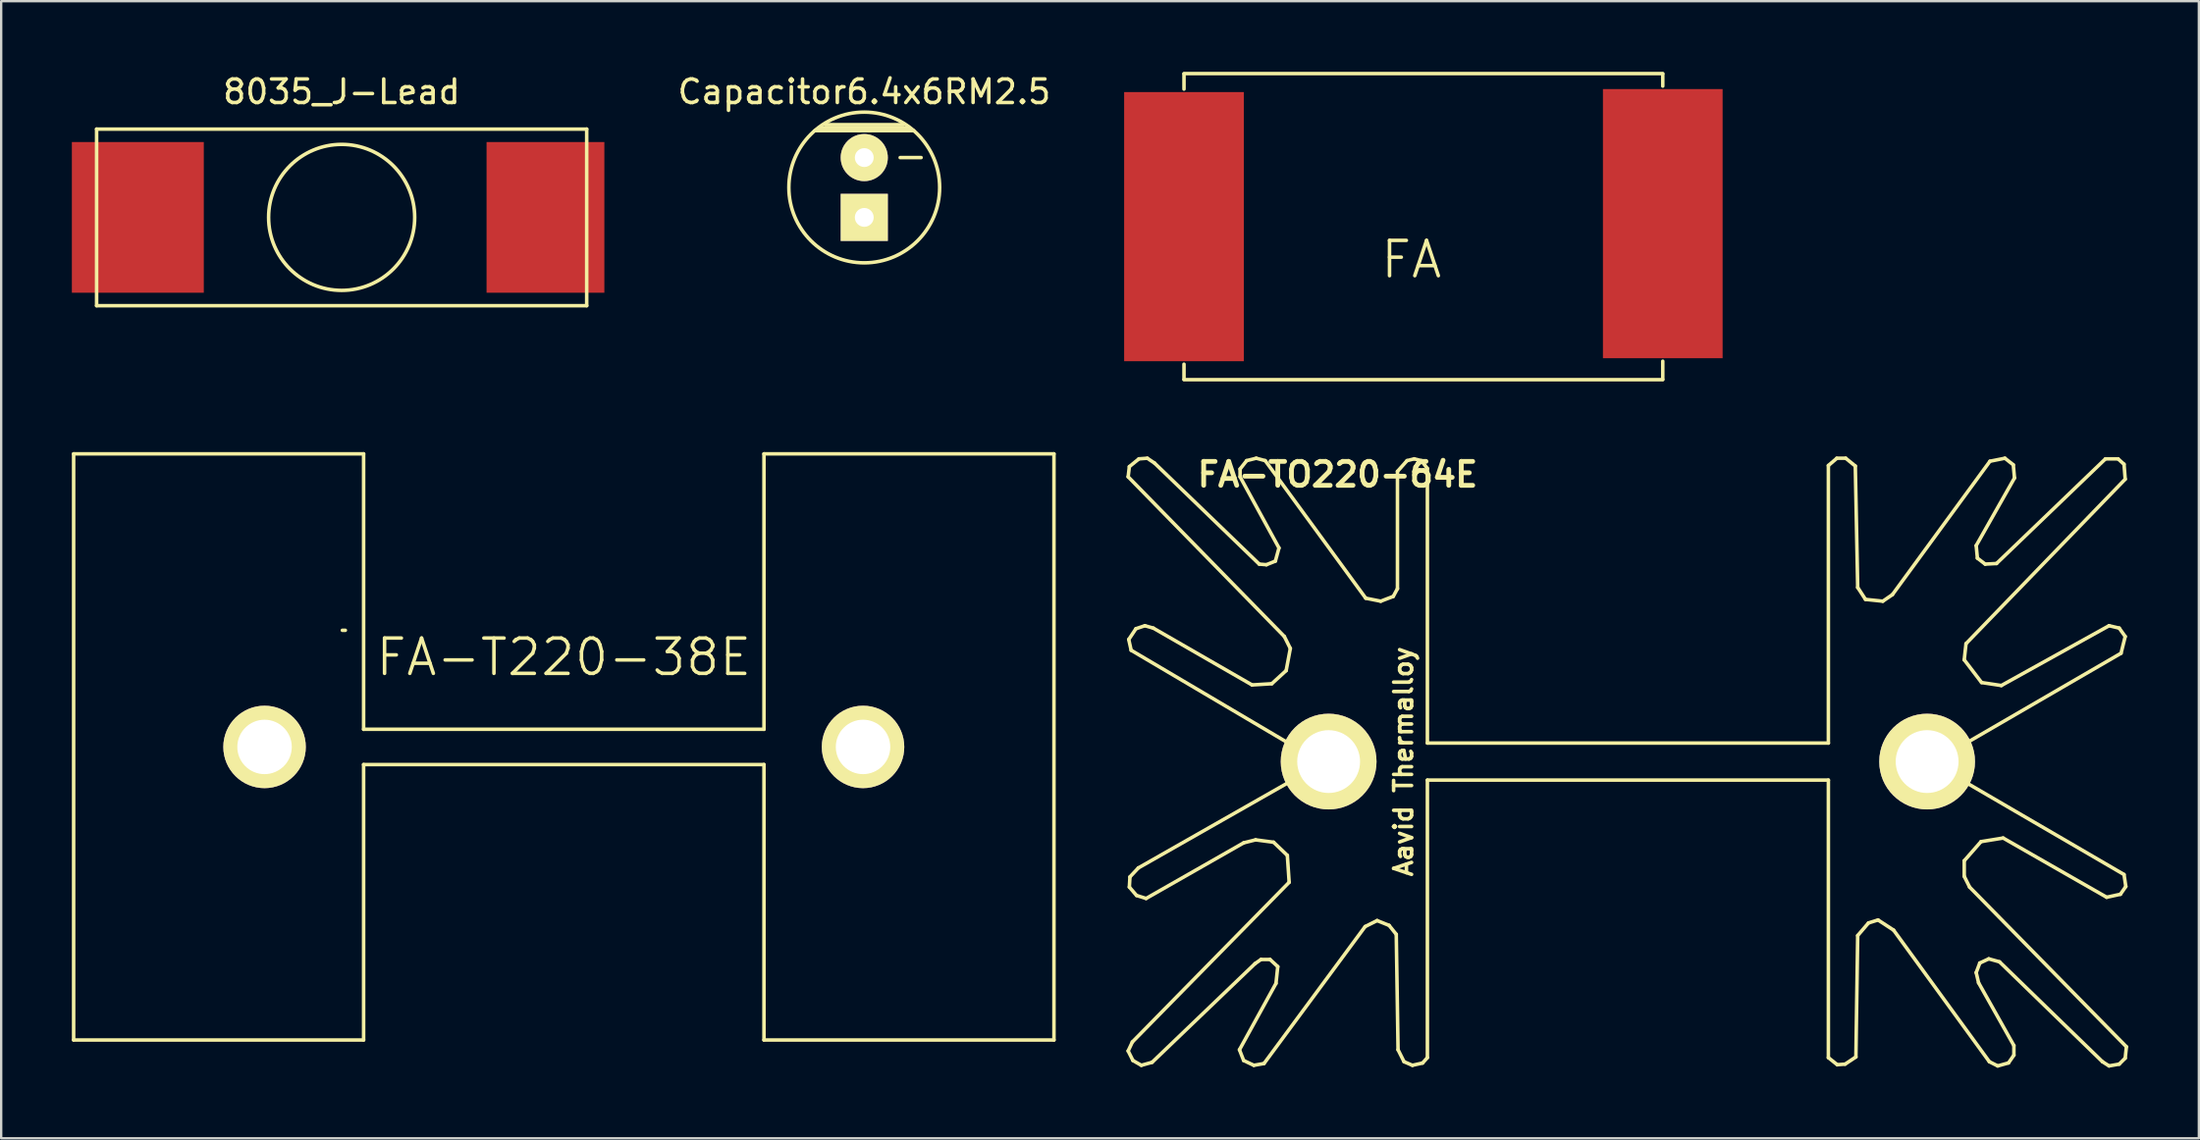
<source format=kicad_pcb>
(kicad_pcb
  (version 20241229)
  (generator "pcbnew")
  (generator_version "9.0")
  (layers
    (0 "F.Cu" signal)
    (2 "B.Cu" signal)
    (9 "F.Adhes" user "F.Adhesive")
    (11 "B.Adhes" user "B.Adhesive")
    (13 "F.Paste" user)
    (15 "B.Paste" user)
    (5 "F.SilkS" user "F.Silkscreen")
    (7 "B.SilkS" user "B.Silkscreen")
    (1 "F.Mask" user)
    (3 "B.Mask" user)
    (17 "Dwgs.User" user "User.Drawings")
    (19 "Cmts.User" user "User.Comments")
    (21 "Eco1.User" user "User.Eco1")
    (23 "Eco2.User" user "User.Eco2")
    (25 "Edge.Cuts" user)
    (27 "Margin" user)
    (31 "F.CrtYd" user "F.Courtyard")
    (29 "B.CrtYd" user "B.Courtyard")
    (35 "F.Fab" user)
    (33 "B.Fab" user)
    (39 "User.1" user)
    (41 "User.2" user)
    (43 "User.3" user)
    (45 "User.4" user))
  (footprint "8035_J-Lead"
    (layer "F.Cu")
    (at 11.45 6.182)
    (property "Reference" "8035_J-Lead" (at 0 -5.334 0) (layer "F.SilkS") (effects (font (size 1 1) (thickness 0.15))))
    (attr through_hole)
    (fp_line (start -10.4 -3.75) (end 10.4 -3.75) (stroke (width 0.15) (type solid)) (layer "F.SilkS"))
    (fp_line (start -10.4 3.75) (end -10.4 -3.75) (stroke (width 0.15) (type solid)) (layer "F.SilkS"))
    (fp_line (start 10.4 -3.75) (end 10.4 3.75) (stroke (width 0.15) (type solid)) (layer "F.SilkS"))
    (fp_line (start 10.4 3.75) (end -10.4 3.75) (stroke (width 0.15) (type solid)) (layer "F.SilkS"))
    (fp_circle (center 0 0) (end 3.1 0) (stroke (width 0.15) (type solid)) (fill no) (layer "F.SilkS"))
    (pad "1" smd rect (at -8.65 0) (size 5.6 6.4) (layers "F.Cu" "F.Mask" "F.Paste"))
    (pad "2" smd rect (at 8.65 0) (size 5 6.4) (layers "F.Cu" "F.Mask" "F.Paste")))
  (footprint "FA"
    (layer "F.Cu")
    (at 47.2 6.575)
    (property "Reference" "FA" (at 9.652 1.397 0) (layer "F.SilkS") (effects (font (size 1.5 1.5) (thickness 0.15))))
    (attr through_hole)
    (fp_line (start 0 -6.5) (end 20.32 -6.5) (stroke (width 0.15) (type solid)) (layer "F.SilkS"))
    (fp_line (start 0 -6.477) (end 0 -5.842) (stroke (width 0.15) (type solid)) (layer "F.SilkS"))
    (fp_line (start 0 6.477) (end 0 5.842) (stroke (width 0.15) (type solid)) (layer "F.SilkS"))
    (fp_line (start 20.32 -6.477) (end 20.32 -5.969) (stroke (width 0.15) (type solid)) (layer "F.SilkS"))
    (fp_line (start 20.32 6.477) (end 20.32 5.715) (stroke (width 0.15) (type solid)) (layer "F.SilkS"))
    (fp_line (start 20.32 6.5) (end 0 6.5) (stroke (width 0.15) (type solid)) (layer "F.SilkS"))
    (pad "1" smd rect (at 0 0) (size 5.08 11.43) (layers "F.Cu" "F.Mask" "F.Paste"))
    (pad "2" smd rect (at 20.32 -0.127) (size 5.08 11.43) (layers "F.Cu" "F.Mask" "F.Paste")))
  (footprint "FA-TO220-64E"
    (layer "F.Cu")
    (at 66.039 29.293)
    (property "Reference" "FA-TO220-64E" (at -12.319 -12.192 0) (layer "F.SilkS") (effects (font (size 1.016 1.016) (thickness 0.203))))
    (attr through_hole)
    (fp_line (start -21.209 -12.094) (end -21.158 -12.526) (stroke (width 0.15) (type solid)) (layer "F.SilkS"))
    (fp_line (start -21.209 12.29) (end -21.031 11.909) (stroke (width 0.15) (type solid)) (layer "F.SilkS"))
    (fp_line (start -21.184 -5.185) (end -20.879 -5.643) (stroke (width 0.15) (type solid)) (layer "F.SilkS"))
    (fp_line (start -21.158 -12.526) (end -20.752 -12.856) (stroke (width 0.15) (type solid)) (layer "F.SilkS"))
    (fp_line (start -21.158 5.33) (end -21.133 4.898) (stroke (width 0.15) (type solid)) (layer "F.SilkS"))
    (fp_line (start -21.133 4.898) (end -20.777 4.517) (stroke (width 0.15) (type solid)) (layer "F.SilkS"))
    (fp_line (start -21.082 -4.728) (end -21.184 -5.185) (stroke (width 0.15) (type solid)) (layer "F.SilkS"))
    (fp_line (start -21.031 11.909) (end -14.376 5.127) (stroke (width 0.15) (type solid)) (layer "F.SilkS"))
    (fp_line (start -21.006 12.696) (end -21.209 12.29) (stroke (width 0.15) (type solid)) (layer "F.SilkS"))
    (fp_line (start -20.879 -5.643) (end -20.498 -5.77) (stroke (width 0.15) (type solid)) (layer "F.SilkS"))
    (fp_line (start -20.853 5.686) (end -21.158 5.33) (stroke (width 0.15) (type solid)) (layer "F.SilkS"))
    (fp_line (start -20.777 4.517) (end -13.818 0.555) (stroke (width 0.15) (type solid)) (layer "F.SilkS"))
    (fp_line (start -20.752 -12.856) (end -20.396 -12.882) (stroke (width 0.15) (type solid)) (layer "F.SilkS"))
    (fp_line (start -20.65 12.899) (end -21.006 12.696) (stroke (width 0.15) (type solid)) (layer "F.SilkS"))
    (fp_line (start -20.498 -5.77) (end -20.142 -5.668) (stroke (width 0.15) (type solid)) (layer "F.SilkS"))
    (fp_line (start -20.447 5.813) (end -20.853 5.686) (stroke (width 0.15) (type solid)) (layer "F.SilkS"))
    (fp_line (start -20.396 -12.882) (end -20.091 -12.678) (stroke (width 0.15) (type solid)) (layer "F.SilkS"))
    (fp_line (start -20.193 12.772) (end -20.65 12.899) (stroke (width 0.15) (type solid)) (layer "F.SilkS"))
    (fp_line (start -20.142 -5.668) (end -15.951 -3.255) (stroke (width 0.15) (type solid)) (layer "F.SilkS"))
    (fp_line (start -20.091 -12.678) (end -15.646 -8.386) (stroke (width 0.15) (type solid)) (layer "F.SilkS"))
    (fp_line (start -16.485 12.239) (end -14.935 9.42) (stroke (width 0.15) (type solid)) (layer "F.SilkS"))
    (fp_line (start -16.459 -12.424) (end -16.18 -12.78) (stroke (width 0.15) (type solid)) (layer "F.SilkS"))
    (fp_line (start -16.459 -12.094) (end -16.459 -12.424) (stroke (width 0.15) (type solid)) (layer "F.SilkS"))
    (fp_line (start -16.307 3.451) (end -20.447 5.813) (stroke (width 0.15) (type solid)) (layer "F.SilkS"))
    (fp_line (start -16.307 12.696) (end -16.485 12.239) (stroke (width 0.15) (type solid)) (layer "F.SilkS"))
    (fp_line (start -16.18 -12.78) (end -15.773 -12.882) (stroke (width 0.15) (type solid)) (layer "F.SilkS"))
    (fp_line (start -15.951 -3.255) (end -15.113 -3.306) (stroke (width 0.15) (type solid)) (layer "F.SilkS"))
    (fp_line (start -15.875 12.899) (end -16.307 12.696) (stroke (width 0.15) (type solid)) (layer "F.SilkS"))
    (fp_line (start -15.824 8.581) (end -20.193 12.772) (stroke (width 0.15) (type solid)) (layer "F.SilkS"))
    (fp_line (start -15.799 3.324) (end -16.307 3.451) (stroke (width 0.15) (type solid)) (layer "F.SilkS"))
    (fp_line (start -15.773 -12.882) (end -15.392 -12.78) (stroke (width 0.15) (type solid)) (layer "F.SilkS"))
    (fp_line (start -15.646 -8.386) (end -15.342 -8.36) (stroke (width 0.15) (type solid)) (layer "F.SilkS"))
    (fp_line (start -15.57 8.404) (end -15.824 8.581) (stroke (width 0.15) (type solid)) (layer "F.SilkS"))
    (fp_line (start -15.443 12.823) (end -15.875 12.899) (stroke (width 0.15) (type solid)) (layer "F.SilkS"))
    (fp_line (start -15.392 -12.78) (end -11.125 -6.938) (stroke (width 0.15) (type solid)) (layer "F.SilkS"))
    (fp_line (start -15.342 -8.36) (end -14.961 -8.513) (stroke (width 0.15) (type solid)) (layer "F.SilkS"))
    (fp_line (start -15.189 8.404) (end -15.57 8.404) (stroke (width 0.15) (type solid)) (layer "F.SilkS"))
    (fp_line (start -15.113 -3.306) (end -14.503 -3.865) (stroke (width 0.15) (type solid)) (layer "F.SilkS"))
    (fp_line (start -15.037 3.425) (end -15.799 3.324) (stroke (width 0.15) (type solid)) (layer "F.SilkS"))
    (fp_line (start -14.961 -8.513) (end -14.808 -9.072) (stroke (width 0.15) (type solid)) (layer "F.SilkS"))
    (fp_line (start -14.935 9.42) (end -14.859 8.708) (stroke (width 0.15) (type solid)) (layer "F.SilkS"))
    (fp_line (start -14.859 8.708) (end -15.189 8.404) (stroke (width 0.15) (type solid)) (layer "F.SilkS"))
    (fp_line (start -14.808 -9.072) (end -16.459 -12.094) (stroke (width 0.15) (type solid)) (layer "F.SilkS"))
    (fp_line (start -14.58 -5.312) (end -21.209 -12.094) (stroke (width 0.15) (type solid)) (layer "F.SilkS"))
    (fp_line (start -14.503 -3.865) (end -14.326 -4.804) (stroke (width 0.15) (type solid)) (layer "F.SilkS"))
    (fp_line (start -14.453 3.984) (end -15.037 3.425) (stroke (width 0.15) (type solid)) (layer "F.SilkS"))
    (fp_line (start -14.376 5.127) (end -14.453 3.984) (stroke (width 0.15) (type solid)) (layer "F.SilkS"))
    (fp_line (start -14.326 -4.804) (end -14.58 -5.312) (stroke (width 0.15) (type solid)) (layer "F.SilkS"))
    (fp_line (start -13.818 -0.436) (end -21.082 -4.728) (stroke (width 0.15) (type solid)) (layer "F.SilkS"))
    (fp_line (start -11.151 7.007) (end -15.443 12.823) (stroke (width 0.15) (type solid)) (layer "F.SilkS"))
    (fp_line (start -11.125 -6.938) (end -10.49 -6.811) (stroke (width 0.15) (type solid)) (layer "F.SilkS"))
    (fp_line (start -10.643 6.753) (end -11.151 7.007) (stroke (width 0.15) (type solid)) (layer "F.SilkS"))
    (fp_line (start -10.49 -6.811) (end -9.957 -7.014) (stroke (width 0.15) (type solid)) (layer "F.SilkS"))
    (fp_line (start -10.135 6.956) (end -10.643 6.753) (stroke (width 0.15) (type solid)) (layer "F.SilkS"))
    (fp_line (start -9.957 -7.014) (end -9.779 -7.344) (stroke (width 0.15) (type solid)) (layer "F.SilkS"))
    (fp_line (start -9.83 7.337) (end -10.135 6.956) (stroke (width 0.15) (type solid)) (layer "F.SilkS"))
    (fp_line (start -9.779 -12.323) (end -9.373 -12.78) (stroke (width 0.15) (type solid)) (layer "F.SilkS"))
    (fp_line (start -9.779 -7.344) (end -9.779 -12.323) (stroke (width 0.15) (type solid)) (layer "F.SilkS"))
    (fp_line (start -9.754 12.239) (end -9.83 7.337) (stroke (width 0.15) (type solid)) (layer "F.SilkS"))
    (fp_line (start -9.5 12.747) (end -9.754 12.239) (stroke (width 0.15) (type solid)) (layer "F.SilkS"))
    (fp_line (start -9.373 -12.78) (end -9.068 -12.856) (stroke (width 0.15) (type solid)) (layer "F.SilkS"))
    (fp_line (start -9.144 12.899) (end -9.5 12.747) (stroke (width 0.15) (type solid)) (layer "F.SilkS"))
    (fp_line (start -9.068 -12.856) (end -8.763 -12.78) (stroke (width 0.15) (type solid)) (layer "F.SilkS"))
    (fp_line (start -8.712 12.802) (end -9.144 12.899) (stroke (width 0.15) (type solid)) (layer "F.SilkS"))
    (fp_line (start -8.712 12.802) (end -8.509 12.573) (stroke (width 0.15) (type solid)) (layer "F.SilkS"))
    (fp_line (start -8.509 -12.446) (end -8.763 -12.776) (stroke (width 0.15) (type solid)) (layer "F.SilkS"))
    (fp_line (start -8.509 -0.787) (end -8.509 -12.446) (stroke (width 0.15) (type solid)) (layer "F.SilkS"))
    (fp_line (start -8.509 -0.787) (end 8.509 -0.787) (stroke (width 0.15) (type solid)) (layer "F.SilkS"))
    (fp_line (start -8.509 0.787) (end -8.509 12.573) (stroke (width 0.15) (type solid)) (layer "F.SilkS"))
    (fp_line (start -8.509 0.787) (end 8.509 0.787) (stroke (width 0.15) (type solid)) (layer "F.SilkS"))
    (fp_line (start 8.509 -0.787) (end 8.509 -12.573) (stroke (width 0.15) (type solid)) (layer "F.SilkS"))
    (fp_line (start 8.509 0.787) (end 8.509 12.573) (stroke (width 0.15) (type solid)) (layer "F.SilkS"))
    (fp_line (start 8.865 -12.882) (end 9.246 -12.882) (stroke (width 0.15) (type solid)) (layer "F.SilkS"))
    (fp_line (start 8.865 -12.878) (end 8.509 -12.573) (stroke (width 0.15) (type solid)) (layer "F.SilkS"))
    (fp_line (start 8.89 12.878) (end 8.509 12.573) (stroke (width 0.15) (type solid)) (layer "F.SilkS"))
    (fp_line (start 9.22 12.849) (end 8.89 12.874) (stroke (width 0.15) (type solid)) (layer "F.SilkS"))
    (fp_line (start 9.246 -12.882) (end 9.652 -12.551) (stroke (width 0.15) (type solid)) (layer "F.SilkS"))
    (fp_line (start 9.652 -12.551) (end 9.754 -7.395) (stroke (width 0.15) (type solid)) (layer "F.SilkS"))
    (fp_line (start 9.677 12.544) (end 9.22 12.849) (stroke (width 0.15) (type solid)) (layer "F.SilkS"))
    (fp_line (start 9.754 -7.395) (end 10.084 -6.887) (stroke (width 0.15) (type solid)) (layer "F.SilkS"))
    (fp_line (start 9.754 7.388) (end 9.677 12.544) (stroke (width 0.15) (type solid)) (layer "F.SilkS"))
    (fp_line (start 10.084 -6.887) (end 10.82 -6.811) (stroke (width 0.15) (type solid)) (layer "F.SilkS"))
    (fp_line (start 10.211 6.854) (end 9.754 7.388) (stroke (width 0.15) (type solid)) (layer "F.SilkS"))
    (fp_line (start 10.617 6.727) (end 10.211 6.854) (stroke (width 0.15) (type solid)) (layer "F.SilkS"))
    (fp_line (start 10.82 -6.811) (end 11.227 -7.09) (stroke (width 0.15) (type solid)) (layer "F.SilkS"))
    (fp_line (start 11.227 -7.09) (end 15.367 -12.755) (stroke (width 0.15) (type solid)) (layer "F.SilkS"))
    (fp_line (start 11.278 7.159) (end 10.617 6.727) (stroke (width 0.15) (type solid)) (layer "F.SilkS"))
    (fp_line (start 13.818 0.58) (end 21.057 4.797) (stroke (width 0.15) (type solid)) (layer "F.SilkS"))
    (fp_line (start 14.275 -4.322) (end 15.011 -3.357) (stroke (width 0.15) (type solid)) (layer "F.SilkS"))
    (fp_line (start 14.275 4.213) (end 14.275 4.873) (stroke (width 0.15) (type solid)) (layer "F.SilkS"))
    (fp_line (start 14.275 4.873) (end 14.503 5.33) (stroke (width 0.15) (type solid)) (layer "F.SilkS"))
    (fp_line (start 14.351 -5.008) (end 14.275 -4.322) (stroke (width 0.15) (type solid)) (layer "F.SilkS"))
    (fp_line (start 14.503 5.33) (end 21.158 12.112) (stroke (width 0.15) (type solid)) (layer "F.SilkS"))
    (fp_line (start 14.783 -9.173) (end 14.834 -8.64) (stroke (width 0.15) (type solid)) (layer "F.SilkS"))
    (fp_line (start 14.783 8.962) (end 14.884 9.394) (stroke (width 0.15) (type solid)) (layer "F.SilkS"))
    (fp_line (start 14.834 -8.64) (end 15.164 -8.386) (stroke (width 0.15) (type solid)) (layer "F.SilkS"))
    (fp_line (start 14.884 9.394) (end 16.383 12.061) (stroke (width 0.15) (type solid)) (layer "F.SilkS"))
    (fp_line (start 14.935 8.556) (end 14.783 8.962) (stroke (width 0.15) (type solid)) (layer "F.SilkS"))
    (fp_line (start 14.986 3.4) (end 14.275 4.213) (stroke (width 0.15) (type solid)) (layer "F.SilkS"))
    (fp_line (start 15.011 -3.357) (end 15.85 -3.23) (stroke (width 0.15) (type solid)) (layer "F.SilkS"))
    (fp_line (start 15.164 -8.386) (end 15.646 -8.411) (stroke (width 0.15) (type solid)) (layer "F.SilkS"))
    (fp_line (start 15.316 8.378) (end 14.935 8.556) (stroke (width 0.15) (type solid)) (layer "F.SilkS"))
    (fp_line (start 15.342 12.747) (end 11.278 7.159) (stroke (width 0.15) (type solid)) (layer "F.SilkS"))
    (fp_line (start 15.367 -12.755) (end 16.002 -12.882) (stroke (width 0.15) (type solid)) (layer "F.SilkS"))
    (fp_line (start 15.646 -8.411) (end 20.269 -12.856) (stroke (width 0.15) (type solid)) (layer "F.SilkS"))
    (fp_line (start 15.697 12.925) (end 15.342 12.747) (stroke (width 0.15) (type solid)) (layer "F.SilkS"))
    (fp_line (start 15.773 8.505) (end 15.316 8.378) (stroke (width 0.15) (type solid)) (layer "F.SilkS"))
    (fp_line (start 15.85 -3.23) (end 20.422 -5.77) (stroke (width 0.15) (type solid)) (layer "F.SilkS"))
    (fp_line (start 15.926 3.247) (end 14.986 3.4) (stroke (width 0.15) (type solid)) (layer "F.SilkS"))
    (fp_line (start 16.002 -12.882) (end 16.358 -12.602) (stroke (width 0.15) (type solid)) (layer "F.SilkS"))
    (fp_line (start 16.154 12.798) (end 15.697 12.925) (stroke (width 0.15) (type solid)) (layer "F.SilkS"))
    (fp_line (start 16.358 -12.602) (end 16.408 -12.043) (stroke (width 0.15) (type solid)) (layer "F.SilkS"))
    (fp_line (start 16.383 12.061) (end 16.383 12.468) (stroke (width 0.15) (type solid)) (layer "F.SilkS"))
    (fp_line (start 16.383 12.468) (end 16.154 12.798) (stroke (width 0.15) (type solid)) (layer "F.SilkS"))
    (fp_line (start 16.408 -12.043) (end 14.783 -9.173) (stroke (width 0.15) (type solid)) (layer "F.SilkS"))
    (fp_line (start 20.142 12.747) (end 15.773 8.505) (stroke (width 0.15) (type solid)) (layer "F.SilkS"))
    (fp_line (start 20.269 -12.856) (end 20.803 -12.856) (stroke (width 0.15) (type solid)) (layer "F.SilkS"))
    (fp_line (start 20.32 5.762) (end 15.926 3.247) (stroke (width 0.15) (type solid)) (layer "F.SilkS"))
    (fp_line (start 20.422 -5.77) (end 20.853 -5.668) (stroke (width 0.15) (type solid)) (layer "F.SilkS"))
    (fp_line (start 20.422 12.925) (end 20.142 12.747) (stroke (width 0.15) (type solid)) (layer "F.SilkS"))
    (fp_line (start 20.803 -12.856) (end 21.057 -12.628) (stroke (width 0.15) (type solid)) (layer "F.SilkS"))
    (fp_line (start 20.853 -5.668) (end 21.107 -5.312) (stroke (width 0.15) (type solid)) (layer "F.SilkS"))
    (fp_line (start 20.853 12.849) (end 20.422 12.925) (stroke (width 0.15) (type solid)) (layer "F.SilkS"))
    (fp_line (start 20.904 5.635) (end 20.32 5.762) (stroke (width 0.15) (type solid)) (layer "F.SilkS"))
    (fp_line (start 20.93 -4.601) (end 13.843 -0.486) (stroke (width 0.15) (type solid)) (layer "F.SilkS"))
    (fp_line (start 21.057 -12.628) (end 21.107 -11.993) (stroke (width 0.15) (type solid)) (layer "F.SilkS"))
    (fp_line (start 21.057 4.797) (end 21.133 5.305) (stroke (width 0.15) (type solid)) (layer "F.SilkS"))
    (fp_line (start 21.107 -11.993) (end 14.351 -5.008) (stroke (width 0.15) (type solid)) (layer "F.SilkS"))
    (fp_line (start 21.107 -5.312) (end 20.93 -4.601) (stroke (width 0.15) (type solid)) (layer "F.SilkS"))
    (fp_line (start 21.107 12.595) (end 20.853 12.849) (stroke (width 0.15) (type solid)) (layer "F.SilkS"))
    (fp_line (start 21.133 5.305) (end 20.904 5.635) (stroke (width 0.15) (type solid)) (layer "F.SilkS"))
    (fp_line (start 21.158 12.112) (end 21.107 12.595) (stroke (width 0.15) (type solid)) (layer "F.SilkS"))
    (fp_text user "Aavid Thermalloy" (at -9.525 0 90) (layer "F.SilkS") (effects (font (size 0.762 0.762) (thickness 0.152))))
    (pad "1" thru_hole circle (at -12.7 0) (size 4.064 4.064) (drill 2.667) (layers "*.Cu" "*.Mask" "F.SilkS"))
    (pad "2" thru_hole circle (at 12.7 0) (size 4.064 4.064) (drill 2.667) (layers "*.Cu" "*.Mask" "F.SilkS")))
  (footprint "Capacitor6.4x6RM2.5"
    (layer "F.Cu")
    (at 33.63 4.912)
    (property "Reference" "Capacitor6.4x6RM2.5" (at 0 -4.064 0) (layer "F.SilkS") (effects (font (size 1 1) (thickness 0.15))))
    (attr through_hole)
    (fp_line (start -2.1 -2.413) (end 2.1 -2.413) (stroke (width 0.15) (type solid)) (layer "F.SilkS"))
    (fp_line (start -1.9 -2.54) (end 1.9 -2.54) (stroke (width 0.15) (type solid)) (layer "F.SilkS"))
    (fp_line (start 1.524 -1.27) (end 2.413 -1.27) (stroke (width 0.15) (type solid)) (layer "F.SilkS"))
    (fp_line (start 1.65 -2.667) (end -1.65 -2.667) (stroke (width 0.15) (type solid)) (layer "F.SilkS"))
    (fp_circle (center 0 0) (end -3.2 0) (stroke (width 0.15) (type solid)) (fill no) (layer "F.SilkS"))
    (pad "1" thru_hole rect (at 0 1.27) (size 1.999 1.999) (drill 0.8) (layers "*.Cu" "*.Mask" "F.SilkS"))
    (pad "2" thru_hole circle (at 0 -1.27) (size 1.999 1.999) (drill 0.8) (layers "*.Cu" "*.Mask" "F.SilkS")))
  (footprint "FA-T220-38E"
    (layer "F.Cu")
    (at 20.878 28.671)
    (property "Reference" "FA-T220-38E" (at 0 -3.81 0) (layer "F.SilkS") (effects (font (size 1.5 1.5) (thickness 0.15))))
    (attr through_hole)
    (fp_line (start -20.803 -12.446) (end -8.496 -12.446) (stroke (width 0.15) (type solid)) (layer "F.SilkS"))
    (fp_line (start -20.803 12.446) (end -20.803 -12.446) (stroke (width 0.15) (type solid)) (layer "F.SilkS"))
    (fp_line (start -9.271 -4.953) (end -9.398 -4.953) (stroke (width 0.15) (type solid)) (layer "F.SilkS"))
    (fp_line (start -8.496 -0.749) (end -8.496 -12.446) (stroke (width 0.15) (type solid)) (layer "F.SilkS"))
    (fp_line (start -8.496 -0.749) (end 8.496 -0.749) (stroke (width 0.15) (type solid)) (layer "F.SilkS"))
    (fp_line (start -8.496 0.749) (end -8.496 12.446) (stroke (width 0.15) (type solid)) (layer "F.SilkS"))
    (fp_line (start -8.496 0.749) (end 8.496 0.749) (stroke (width 0.15) (type solid)) (layer "F.SilkS"))
    (fp_line (start -8.496 12.446) (end -20.803 12.446) (stroke (width 0.15) (type solid)) (layer "F.SilkS"))
    (fp_line (start 8.496 -12.446) (end 20.803 -12.446) (stroke (width 0.15) (type solid)) (layer "F.SilkS"))
    (fp_line (start 8.496 -0.749) (end 8.496 -12.446) (stroke (width 0.15) (type solid)) (layer "F.SilkS"))
    (fp_line (start 8.496 0.749) (end 8.496 12.446) (stroke (width 0.15) (type solid)) (layer "F.SilkS"))
    (fp_line (start 20.803 -12.446) (end 20.803 12.446) (stroke (width 0.15) (type solid)) (layer "F.SilkS"))
    (fp_line (start 20.803 12.446) (end 8.496 12.446) (stroke (width 0.15) (type solid)) (layer "F.SilkS"))
    (pad "" thru_hole circle (at -12.7 0) (size 3.5 3.5) (drill 2.311) (layers "*.Cu" "*.Mask" "F.SilkS"))
    (pad "" thru_hole circle (at 12.7 0) (size 3.5 3.5) (drill 2.311) (layers "*.Cu" "*.Mask" "F.SilkS")))
  (gr_rect
    (start -3 -3)
    (end 90.272 45.293)
    (stroke (width 0.1) (type default))
    (fill no)
    (layer "Edge.Cuts")))
</source>
